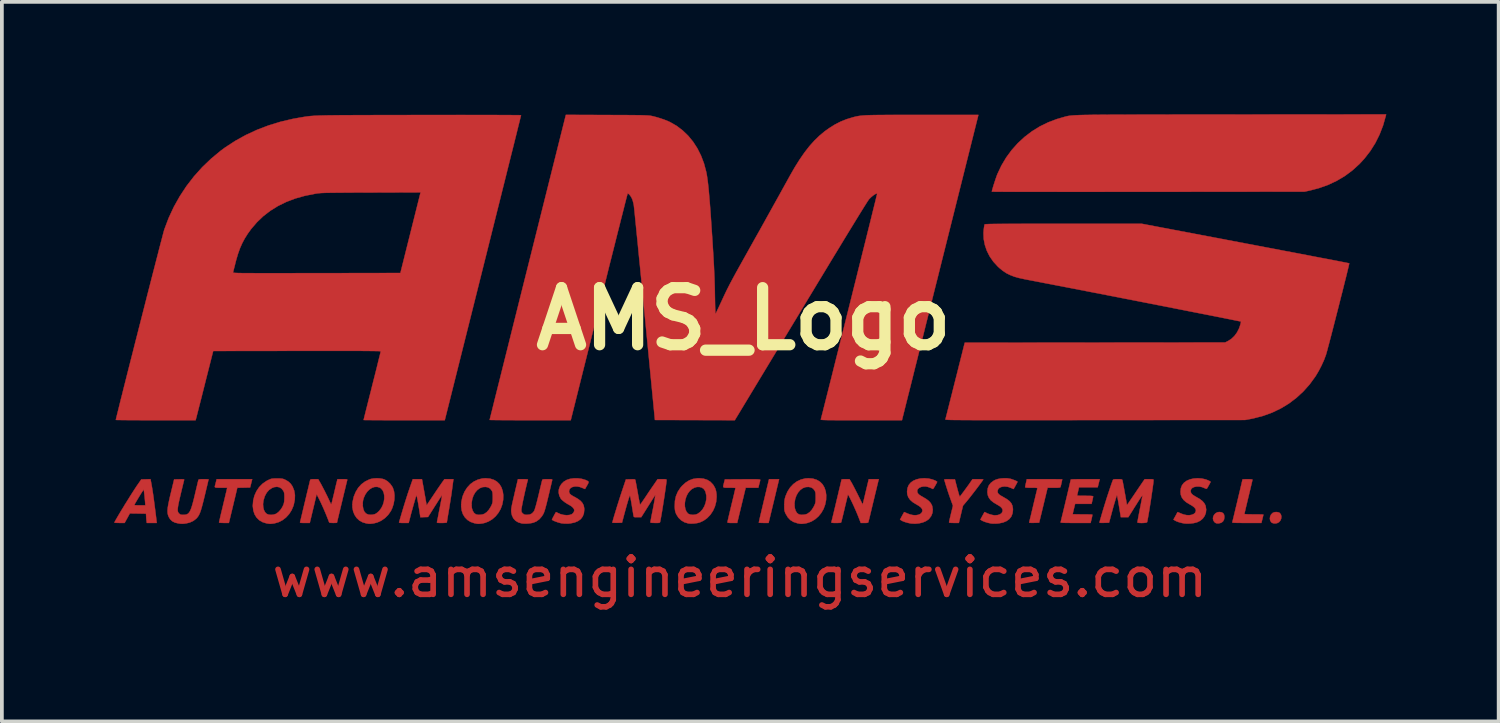
<source format=kicad_pcb>
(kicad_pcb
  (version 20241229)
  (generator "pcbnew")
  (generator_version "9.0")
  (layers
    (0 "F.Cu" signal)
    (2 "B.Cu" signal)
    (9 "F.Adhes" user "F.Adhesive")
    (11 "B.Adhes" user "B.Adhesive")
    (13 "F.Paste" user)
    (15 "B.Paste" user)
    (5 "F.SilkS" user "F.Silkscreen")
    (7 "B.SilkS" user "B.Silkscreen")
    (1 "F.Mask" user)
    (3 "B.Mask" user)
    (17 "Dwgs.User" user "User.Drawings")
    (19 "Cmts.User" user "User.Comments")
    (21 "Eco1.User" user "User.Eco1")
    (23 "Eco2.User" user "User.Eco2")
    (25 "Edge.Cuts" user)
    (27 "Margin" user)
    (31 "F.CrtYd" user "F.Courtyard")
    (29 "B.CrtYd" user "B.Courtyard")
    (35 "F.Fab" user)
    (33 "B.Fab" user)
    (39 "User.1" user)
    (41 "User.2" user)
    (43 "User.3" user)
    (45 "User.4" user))
  (footprint "AMS_Logo"
    (layer "F.Cu")
    (at 16.807 5.466)
    (property "Reference" "AMS_Logo" (at 0 0 0) (layer "F.SilkS") (effects (font (size 1.524 1.524) (thickness 0.3))))
    (attr through_hole)
    (fp_poly (pts (xy 0.808 4.864) (xy 0.667 5.448) (xy 0.537 5.448) (xy 0.483 5.447) (xy 0.439 5.445) (xy 0.412 5.442) (xy 0.406 5.439) (xy 0.409 5.425) (xy 0.417 5.389) (xy 0.429 5.333) (xy 0.446 5.26) (xy 0.467 5.172) (xy 0.491 5.071) (xy 0.517 4.961) (xy 0.542 4.855) (xy 0.679 4.28) (xy 0.948 4.28) (xy 0.808 4.864)) (stroke (width 0.01) (type solid)) (fill yes) (layer "F.Cu"))
    (fp_poly (pts (xy 12.765 5.164) (xy 12.807 5.189) (xy 12.832 5.231) (xy 12.839 5.288) (xy 12.83 5.356) (xy 12.801 5.409) (xy 12.754 5.444) (xy 12.691 5.46) (xy 12.668 5.461) (xy 12.626 5.458) (xy 12.595 5.444) (xy 12.572 5.424) (xy 12.542 5.378) (xy 12.533 5.327) (xy 12.542 5.275) (xy 12.567 5.227) (xy 12.606 5.188) (xy 12.656 5.163) (xy 12.704 5.156) (xy 12.765 5.164)) (stroke (width 0.01) (type solid)) (fill yes) (layer "F.Cu"))
    (fp_poly (pts (xy 14.289 5.167) (xy 14.317 5.182) (xy 14.347 5.221) (xy 14.361 5.271) (xy 14.357 5.326) (xy 14.338 5.379) (xy 14.303 5.422) (xy 14.295 5.429) (xy 14.247 5.454) (xy 14.192 5.463) (xy 14.139 5.457) (xy 14.096 5.436) (xy 14.091 5.431) (xy 14.062 5.386) (xy 14.053 5.332) (xy 14.061 5.275) (xy 14.085 5.224) (xy 14.125 5.183) (xy 14.134 5.178) (xy 14.182 5.16) (xy 14.238 5.157) (xy 14.289 5.167)) (stroke (width 0.01) (type solid)) (fill yes) (layer "F.Cu"))
    (fp_poly (pts (xy -13.15 4.391) (xy -13.178 4.502) (xy -13.349 4.506) (xy -13.52 4.509) (xy -13.575 4.741) (xy -13.598 4.836) (xy -13.624 4.945) (xy -13.651 5.057) (xy -13.676 5.162) (xy -13.688 5.21) (xy -13.745 5.448) (xy -13.877 5.448) (xy -13.933 5.447) (xy -13.977 5.444) (xy -14.003 5.44) (xy -14.008 5.436) (xy -14.005 5.421) (xy -13.997 5.385) (xy -13.984 5.329) (xy -13.968 5.258) (xy -13.948 5.174) (xy -13.925 5.08) (xy -13.908 5.008) (xy -13.884 4.907) (xy -13.861 4.812) (xy -13.841 4.727) (xy -13.824 4.655) (xy -13.81 4.599) (xy -13.802 4.562) (xy -13.799 4.55) (xy -13.79 4.508) (xy -13.956 4.508) (xy -14.026 4.508) (xy -14.074 4.507) (xy -14.103 4.502) (xy -14.117 4.493) (xy -14.121 4.477) (xy -14.116 4.453) (xy -14.11 4.432) (xy -14.099 4.39) (xy -14.087 4.342) (xy -14.085 4.334) (xy -14.071 4.28) (xy -13.122 4.28) (xy -13.15 4.391)) (stroke (width 0.01) (type solid)) (fill yes) (layer "F.Cu"))
    (fp_poly (pts (xy 0.284 4.282) (xy 0.347 4.283) (xy 0.392 4.285) (xy 0.422 4.288) (xy 0.439 4.291) (xy 0.444 4.295) (xy 0.444 4.296) (xy 0.441 4.318) (xy 0.434 4.352) (xy 0.433 4.356) (xy 0.421 4.398) (xy 0.409 4.446) (xy 0.407 4.455) (xy 0.393 4.508) (xy 0.056 4.508) (xy -0.171 5.448) (xy -0.301 5.448) (xy -0.363 5.448) (xy -0.403 5.445) (xy -0.425 5.44) (xy -0.432 5.432) (xy -0.432 5.431) (xy -0.429 5.415) (xy -0.421 5.378) (xy -0.408 5.321) (xy -0.391 5.248) (xy -0.371 5.163) (xy -0.348 5.067) (xy -0.324 4.966) (xy -0.299 4.864) (xy -0.276 4.769) (xy -0.256 4.685) (xy -0.24 4.615) (xy -0.227 4.561) (xy -0.219 4.526) (xy -0.216 4.514) (xy -0.228 4.512) (xy -0.26 4.51) (xy -0.309 4.509) (xy -0.369 4.509) (xy -0.381 4.508) (xy -0.451 4.509) (xy -0.5 4.507) (xy -0.529 4.501) (xy -0.543 4.487) (xy -0.544 4.462) (xy -0.535 4.424) (xy -0.523 4.375) (xy -0.5 4.286) (xy -0.028 4.283) (xy 0.099 4.282) (xy 0.202 4.282) (xy 0.284 4.282)) (stroke (width 0.01) (type solid)) (fill yes) (layer "F.Cu"))
    (fp_poly (pts (xy 6.314 4.281) (xy 6.36 4.282) (xy 6.391 4.285) (xy 6.401 4.287) (xy 6.393 4.3) (xy 6.373 4.33) (xy 6.341 4.374) (xy 6.3 4.429) (xy 6.254 4.491) (xy 6.203 4.558) (xy 6.151 4.626) (xy 6.099 4.693) (xy 6.05 4.756) (xy 6.007 4.81) (xy 5.971 4.854) (xy 5.966 4.86) (xy 5.858 4.989) (xy 5.803 5.219) (xy 5.748 5.448) (xy 5.617 5.448) (xy 5.554 5.447) (xy 5.513 5.444) (xy 5.491 5.439) (xy 5.486 5.432) (xy 5.489 5.415) (xy 5.497 5.378) (xy 5.509 5.325) (xy 5.525 5.26) (xy 5.538 5.203) (xy 5.591 4.99) (xy 5.52 4.796) (xy 5.497 4.731) (xy 5.472 4.658) (xy 5.447 4.582) (xy 5.423 4.506) (xy 5.4 4.435) (xy 5.382 4.374) (xy 5.368 4.326) (xy 5.36 4.295) (xy 5.359 4.288) (xy 5.371 4.285) (xy 5.403 4.283) (xy 5.451 4.282) (xy 5.501 4.283) (xy 5.643 4.286) (xy 5.684 4.445) (xy 5.71 4.544) (xy 5.731 4.621) (xy 5.747 4.677) (xy 5.759 4.714) (xy 5.768 4.736) (xy 5.775 4.743) (xy 5.778 4.742) (xy 5.793 4.722) (xy 5.82 4.687) (xy 5.855 4.64) (xy 5.896 4.585) (xy 5.938 4.527) (xy 5.979 4.471) (xy 6.016 4.42) (xy 6.044 4.379) (xy 6.045 4.378) (xy 6.113 4.28) (xy 6.257 4.28) (xy 6.314 4.281)) (stroke (width 0.01) (type solid)) (fill yes) (layer "F.Cu"))
    (fp_poly (pts (xy 13.515 4.281) (xy 13.559 4.284) (xy 13.584 4.289) (xy 13.589 4.292) (xy 13.586 4.307) (xy 13.578 4.344) (xy 13.565 4.399) (xy 13.548 4.471) (xy 13.528 4.556) (xy 13.505 4.652) (xy 13.481 4.752) (xy 13.456 4.855) (xy 13.434 4.95) (xy 13.413 5.034) (xy 13.397 5.105) (xy 13.384 5.16) (xy 13.376 5.196) (xy 13.373 5.21) (xy 13.385 5.213) (xy 13.419 5.215) (xy 13.47 5.218) (xy 13.536 5.219) (xy 13.611 5.22) (xy 13.627 5.22) (xy 13.704 5.22) (xy 13.772 5.221) (xy 13.827 5.222) (xy 13.864 5.224) (xy 13.881 5.226) (xy 13.881 5.227) (xy 13.878 5.241) (xy 13.87 5.274) (xy 13.859 5.32) (xy 13.854 5.341) (xy 13.827 5.448) (xy 13.435 5.448) (xy 13.321 5.448) (xy 13.23 5.447) (xy 13.16 5.446) (xy 13.109 5.444) (xy 13.075 5.442) (xy 13.056 5.438) (xy 13.049 5.434) (xy 13.049 5.432) (xy 13.053 5.417) (xy 13.062 5.38) (xy 13.076 5.325) (xy 13.093 5.254) (xy 13.113 5.171) (xy 13.135 5.078) (xy 13.159 4.979) (xy 13.184 4.876) (xy 13.208 4.773) (xy 13.232 4.672) (xy 13.255 4.577) (xy 13.275 4.491) (xy 13.293 4.416) (xy 13.307 4.355) (xy 13.317 4.312) (xy 13.322 4.289) (xy 13.322 4.287) (xy 13.334 4.284) (xy 13.366 4.282) (xy 13.413 4.28) (xy 13.456 4.28) (xy 13.515 4.281)) (stroke (width 0.01) (type solid)) (fill yes) (layer "F.Cu"))
    (fp_poly (pts (xy 8.143 4.28) (xy 8.241 4.28) (xy 8.328 4.281) (xy 8.401 4.282) (xy 8.458 4.283) (xy 8.494 4.284) (xy 8.509 4.285) (xy 8.509 4.285) (xy 8.506 4.3) (xy 8.499 4.333) (xy 8.49 4.374) (xy 8.48 4.419) (xy 8.471 4.457) (xy 8.464 4.483) (xy 8.463 4.486) (xy 8.458 4.495) (xy 8.446 4.502) (xy 8.423 4.505) (xy 8.385 4.508) (xy 8.328 4.508) (xy 8.287 4.508) (xy 8.118 4.508) (xy 8.045 4.81) (xy 8.022 4.906) (xy 7.998 5.005) (xy 7.975 5.1) (xy 7.955 5.186) (xy 7.937 5.256) (xy 7.932 5.277) (xy 7.892 5.442) (xy 7.756 5.446) (xy 7.694 5.447) (xy 7.654 5.445) (xy 7.632 5.442) (xy 7.626 5.435) (xy 7.626 5.433) (xy 7.63 5.417) (xy 7.639 5.379) (xy 7.653 5.323) (xy 7.671 5.251) (xy 7.691 5.166) (xy 7.714 5.07) (xy 7.734 4.985) (xy 7.758 4.883) (xy 7.781 4.789) (xy 7.801 4.704) (xy 7.818 4.634) (xy 7.832 4.579) (xy 7.84 4.543) (xy 7.844 4.531) (xy 7.844 4.522) (xy 7.838 4.515) (xy 7.82 4.512) (xy 7.787 4.509) (xy 7.736 4.509) (xy 7.684 4.508) (xy 7.612 4.508) (xy 7.563 4.506) (xy 7.533 4.502) (xy 7.52 4.496) (xy 7.518 4.493) (xy 7.521 4.473) (xy 7.528 4.436) (xy 7.538 4.389) (xy 7.541 4.378) (xy 7.563 4.28) (xy 8.036 4.28) (xy 8.143 4.28)) (stroke (width 0.01) (type solid)) (fill yes) (layer "F.Cu"))
    (fp_poly (pts (xy -15.825 4.346) (xy -15.81 4.428) (xy -15.793 4.524) (xy -15.776 4.635) (xy -15.757 4.764) (xy -15.738 4.911) (xy -15.716 5.079) (xy -15.692 5.27) (xy -15.678 5.388) (xy -15.671 5.448) (xy -15.937 5.448) (xy -15.944 5.394) (xy -15.949 5.349) (xy -15.953 5.294) (xy -15.954 5.271) (xy -15.958 5.201) (xy -16.174 5.197) (xy -16.39 5.194) (xy -16.459 5.321) (xy -16.529 5.448) (xy -16.666 5.448) (xy -16.721 5.447) (xy -16.766 5.445) (xy -16.794 5.442) (xy -16.802 5.439) (xy -16.796 5.423) (xy -16.777 5.387) (xy -16.748 5.336) (xy -16.71 5.271) (xy -16.665 5.194) (xy -16.614 5.11) (xy -16.558 5.019) (xy -16.529 4.97) (xy -16.269 4.97) (xy -16.257 4.974) (xy -16.225 4.976) (xy -16.177 4.978) (xy -16.122 4.978) (xy -15.976 4.978) (xy -15.983 4.88) (xy -15.989 4.815) (xy -15.996 4.741) (xy -16.003 4.68) (xy -16.009 4.63) (xy -16.013 4.588) (xy -16.015 4.563) (xy -16.015 4.56) (xy -16.021 4.563) (xy -16.038 4.584) (xy -16.063 4.62) (xy -16.094 4.668) (xy -16.101 4.68) (xy -16.153 4.765) (xy -16.197 4.839) (xy -16.232 4.898) (xy -16.256 4.941) (xy -16.268 4.966) (xy -16.269 4.97) (xy -16.529 4.97) (xy -16.501 4.925) (xy -16.442 4.831) (xy -16.385 4.739) (xy -16.329 4.651) (xy -16.277 4.57) (xy -16.231 4.499) (xy -16.192 4.441) (xy -16.177 4.42) (xy -16.084 4.286) (xy -15.961 4.283) (xy -15.839 4.279) (xy -15.825 4.346)) (stroke (width 0.01) (type solid)) (fill yes) (layer "F.Cu"))
    (fp_poly (pts (xy -1.074 4.265) (xy -0.974 4.296) (xy -0.889 4.348) (xy -0.819 4.42) (xy -0.8 4.447) (xy -0.76 4.52) (xy -0.736 4.595) (xy -0.723 4.682) (xy -0.721 4.756) (xy -0.733 4.886) (xy -0.766 5.011) (xy -0.818 5.126) (xy -0.887 5.229) (xy -0.971 5.317) (xy -1.068 5.387) (xy -1.17 5.435) (xy -1.244 5.453) (xy -1.329 5.464) (xy -1.413 5.467) (xy -1.478 5.461) (xy -1.578 5.431) (xy -1.666 5.379) (xy -1.74 5.308) (xy -1.797 5.218) (xy -1.801 5.209) (xy -1.817 5.169) (xy -1.828 5.13) (xy -1.835 5.083) (xy -1.839 5.02) (xy -1.839 5.004) (xy -1.836 4.923) (xy -1.57 4.923) (xy -1.568 5.008) (xy -1.553 5.085) (xy -1.525 5.149) (xy -1.486 5.196) (xy -1.471 5.207) (xy -1.419 5.226) (xy -1.354 5.233) (xy -1.288 5.226) (xy -1.232 5.207) (xy -1.159 5.156) (xy -1.097 5.087) (xy -1.048 5.003) (xy -1.014 4.911) (xy -0.995 4.815) (xy -0.995 4.719) (xy -1.014 4.629) (xy -1.03 4.589) (xy -1.068 4.537) (xy -1.119 4.503) (xy -1.181 4.487) (xy -1.248 4.488) (xy -1.316 4.508) (xy -1.383 4.545) (xy -1.438 4.595) (xy -1.49 4.663) (xy -1.527 4.738) (xy -1.556 4.829) (xy -1.557 4.835) (xy -1.57 4.923) (xy -1.836 4.923) (xy -1.834 4.863) (xy -1.807 4.734) (xy -1.758 4.617) (xy -1.687 4.509) (xy -1.643 4.458) (xy -1.55 4.373) (xy -1.453 4.312) (xy -1.349 4.273) (xy -1.234 4.256) (xy -1.187 4.255) (xy -1.074 4.265)) (stroke (width 0.01) (type solid)) (fill yes) (layer "F.Cu"))
    (fp_poly (pts (xy -9.716 4.259) (xy -9.64 4.272) (xy -9.586 4.289) (xy -9.509 4.336) (xy -9.439 4.401) (xy -9.384 4.477) (xy -9.365 4.512) (xy -9.335 4.606) (xy -9.322 4.712) (xy -9.326 4.825) (xy -9.346 4.94) (xy -9.382 5.051) (xy -9.419 5.129) (xy -9.489 5.23) (xy -9.575 5.316) (xy -9.674 5.386) (xy -9.782 5.436) (xy -9.881 5.461) (xy -9.935 5.468) (xy -9.975 5.471) (xy -10.012 5.47) (xy -10.057 5.463) (xy -10.073 5.461) (xy -10.173 5.432) (xy -10.261 5.383) (xy -10.333 5.316) (xy -10.389 5.233) (xy -10.427 5.138) (xy -10.447 5.031) (xy -10.446 4.953) (xy -10.171 4.953) (xy -10.17 4.991) (xy -10.155 5.08) (xy -10.126 5.149) (xy -10.083 5.197) (xy -10.024 5.224) (xy -9.958 5.232) (xy -9.901 5.227) (xy -9.848 5.213) (xy -9.836 5.209) (xy -9.799 5.186) (xy -9.758 5.152) (xy -9.73 5.125) (xy -9.676 5.053) (xy -9.635 4.972) (xy -9.608 4.887) (xy -9.595 4.801) (xy -9.596 4.718) (xy -9.61 4.642) (xy -9.639 4.577) (xy -9.683 4.527) (xy -9.716 4.505) (xy -9.783 4.485) (xy -9.853 4.487) (xy -9.922 4.51) (xy -9.988 4.552) (xy -10.048 4.61) (xy -10.1 4.684) (xy -10.14 4.771) (xy -10.16 4.837) (xy -10.168 4.89) (xy -10.171 4.953) (xy -10.446 4.953) (xy -10.445 4.915) (xy -10.441 4.884) (xy -10.41 4.746) (xy -10.359 4.621) (xy -10.292 4.511) (xy -10.208 4.417) (xy -10.109 4.343) (xy -9.997 4.288) (xy -9.952 4.273) (xy -9.881 4.26) (xy -9.799 4.255) (xy -9.716 4.259)) (stroke (width 0.01) (type solid)) (fill yes) (layer "F.Cu"))
    (fp_poly (pts (xy -6.773 4.265) (xy -6.672 4.296) (xy -6.586 4.347) (xy -6.516 4.416) (xy -6.464 4.504) (xy -6.431 4.607) (xy -6.417 4.705) (xy -6.421 4.834) (xy -6.445 4.958) (xy -6.488 5.075) (xy -6.549 5.181) (xy -6.625 5.274) (xy -6.715 5.352) (xy -6.816 5.412) (xy -6.926 5.451) (xy -6.972 5.461) (xy -7.033 5.469) (xy -7.079 5.472) (xy -7.122 5.469) (xy -7.173 5.459) (xy -7.188 5.456) (xy -7.289 5.422) (xy -7.374 5.369) (xy -7.443 5.299) (xy -7.495 5.215) (xy -7.528 5.117) (xy -7.542 5.008) (xy -7.54 4.961) (xy -7.264 4.961) (xy -7.257 5.049) (xy -7.234 5.123) (xy -7.199 5.18) (xy -7.152 5.217) (xy -7.144 5.22) (xy -7.097 5.23) (xy -7.038 5.231) (xy -6.978 5.223) (xy -6.927 5.207) (xy -6.926 5.206) (xy -6.86 5.161) (xy -6.799 5.093) (xy -6.746 5.006) (xy -6.739 4.993) (xy -6.721 4.953) (xy -6.71 4.92) (xy -6.703 4.886) (xy -6.7 4.843) (xy -6.699 4.784) (xy -6.699 4.769) (xy -6.7 4.703) (xy -6.703 4.657) (xy -6.708 4.624) (xy -6.718 4.599) (xy -6.725 4.586) (xy -6.767 4.532) (xy -6.82 4.5) (xy -6.886 4.486) (xy -6.966 4.491) (xy -7.041 4.519) (xy -7.108 4.567) (xy -7.166 4.633) (xy -7.212 4.713) (xy -7.245 4.806) (xy -7.262 4.909) (xy -7.264 4.961) (xy -7.54 4.961) (xy -7.537 4.89) (xy -7.511 4.764) (xy -7.502 4.733) (xy -7.451 4.611) (xy -7.382 4.504) (xy -7.299 4.413) (xy -7.202 4.342) (xy -7.094 4.291) (xy -6.978 4.261) (xy -6.889 4.255) (xy -6.773 4.265)) (stroke (width 0.01) (type solid)) (fill yes) (layer "F.Cu"))
    (fp_poly (pts (xy 4.937 4.263) (xy 5.042 4.287) (xy 5.121 4.319) (xy 5.15 4.336) (xy 5.167 4.348) (xy 5.169 4.351) (xy 5.163 4.367) (xy 5.148 4.396) (xy 5.127 4.434) (xy 5.104 4.474) (xy 5.082 4.509) (xy 5.065 4.534) (xy 5.056 4.543) (xy 5.056 4.543) (xy 4.986 4.51) (xy 4.917 4.485) (xy 4.867 4.475) (xy 4.801 4.474) (xy 4.74 4.487) (xy 4.689 4.511) (xy 4.653 4.543) (xy 4.636 4.582) (xy 4.636 4.591) (xy 4.64 4.63) (xy 4.658 4.664) (xy 4.69 4.696) (xy 4.741 4.73) (xy 4.789 4.757) (xy 4.88 4.811) (xy 4.949 4.864) (xy 4.998 4.92) (xy 5.03 4.98) (xy 5.037 5) (xy 5.052 5.093) (xy 5.042 5.182) (xy 5.009 5.265) (xy 4.953 5.338) (xy 4.938 5.353) (xy 4.869 5.4) (xy 4.783 5.436) (xy 4.686 5.459) (xy 4.582 5.469) (xy 4.479 5.464) (xy 4.464 5.462) (xy 4.386 5.446) (xy 4.312 5.425) (xy 4.249 5.401) (xy 4.219 5.385) (xy 4.177 5.359) (xy 4.23 5.261) (xy 4.255 5.217) (xy 4.274 5.182) (xy 4.285 5.162) (xy 4.286 5.159) (xy 4.298 5.162) (xy 4.327 5.174) (xy 4.367 5.192) (xy 4.373 5.195) (xy 4.452 5.224) (xy 4.529 5.24) (xy 4.601 5.242) (xy 4.666 5.231) (xy 4.718 5.209) (xy 4.755 5.176) (xy 4.774 5.132) (xy 4.775 5.115) (xy 4.765 5.074) (xy 4.733 5.033) (xy 4.678 4.991) (xy 4.613 4.953) (xy 4.517 4.894) (xy 4.446 4.831) (xy 4.397 4.761) (xy 4.371 4.683) (xy 4.365 4.61) (xy 4.377 4.516) (xy 4.409 4.437) (xy 4.463 4.371) (xy 4.529 4.323) (xy 4.616 4.285) (xy 4.718 4.262) (xy 4.827 4.255) (xy 4.937 4.263)) (stroke (width 0.01) (type solid)) (fill yes) (layer "F.Cu"))
    (fp_poly (pts (xy -12.393 4.261) (xy -12.345 4.264) (xy -12.309 4.269) (xy -12.278 4.279) (xy -12.244 4.293) (xy -12.242 4.294) (xy -12.159 4.342) (xy -12.096 4.4) (xy -12.045 4.475) (xy -12.043 4.479) (xy -12.001 4.586) (xy -11.981 4.702) (xy -11.985 4.827) (xy -12.012 4.96) (xy -12.021 4.992) (xy -12.07 5.107) (xy -12.137 5.212) (xy -12.219 5.302) (xy -12.314 5.375) (xy -12.418 5.428) (xy -12.529 5.46) (xy -12.535 5.461) (xy -12.596 5.469) (xy -12.643 5.472) (xy -12.687 5.468) (xy -12.738 5.46) (xy -12.843 5.428) (xy -12.932 5.377) (xy -13.003 5.308) (xy -13.057 5.222) (xy -13.091 5.121) (xy -13.106 5.006) (xy -13.106 4.979) (xy -13.103 4.943) (xy -12.833 4.943) (xy -12.828 5.027) (xy -12.81 5.102) (xy -12.778 5.163) (xy -12.735 5.206) (xy -12.734 5.206) (xy -12.682 5.227) (xy -12.618 5.233) (xy -12.551 5.226) (xy -12.489 5.206) (xy -12.483 5.203) (xy -12.426 5.162) (xy -12.371 5.104) (xy -12.323 5.034) (xy -12.292 4.97) (xy -12.277 4.926) (xy -12.268 4.882) (xy -12.264 4.829) (xy -12.262 4.769) (xy -12.263 4.708) (xy -12.266 4.665) (xy -12.272 4.633) (xy -12.283 4.606) (xy -12.294 4.586) (xy -12.338 4.531) (xy -12.395 4.496) (xy -12.462 4.483) (xy -12.535 4.492) (xy -12.595 4.516) (xy -12.672 4.568) (xy -12.736 4.641) (xy -12.786 4.734) (xy -12.82 4.845) (xy -12.822 4.854) (xy -12.833 4.943) (xy -13.103 4.943) (xy -13.095 4.845) (xy -13.062 4.718) (xy -13.008 4.599) (xy -12.937 4.493) (xy -12.848 4.402) (xy -12.745 4.33) (xy -12.704 4.308) (xy -12.66 4.288) (xy -12.626 4.274) (xy -12.593 4.266) (xy -12.555 4.262) (xy -12.505 4.261) (xy -12.459 4.261) (xy -12.393 4.261)) (stroke (width 0.01) (type solid)) (fill yes) (layer "F.Cu"))
    (fp_poly (pts (xy 1.85 4.265) (xy 1.951 4.296) (xy 2.037 4.347) (xy 2.107 4.416) (xy 2.159 4.504) (xy 2.193 4.607) (xy 2.206 4.705) (xy 2.203 4.834) (xy 2.178 4.958) (xy 2.135 5.075) (xy 2.074 5.181) (xy 1.998 5.274) (xy 1.908 5.352) (xy 1.808 5.412) (xy 1.697 5.451) (xy 1.651 5.461) (xy 1.59 5.469) (xy 1.544 5.472) (xy 1.501 5.469) (xy 1.451 5.459) (xy 1.435 5.456) (xy 1.334 5.423) (xy 1.249 5.371) (xy 1.181 5.3) (xy 1.126 5.208) (xy 1.125 5.208) (xy 1.108 5.17) (xy 1.097 5.138) (xy 1.09 5.106) (xy 1.087 5.065) (xy 1.086 5.009) (xy 1.087 4.978) (xy 1.087 4.961) (xy 1.359 4.961) (xy 1.367 5.049) (xy 1.389 5.123) (xy 1.424 5.18) (xy 1.472 5.217) (xy 1.48 5.22) (xy 1.526 5.23) (xy 1.585 5.231) (xy 1.645 5.223) (xy 1.696 5.207) (xy 1.697 5.206) (xy 1.764 5.161) (xy 1.825 5.093) (xy 1.878 5.006) (xy 1.884 4.993) (xy 1.902 4.953) (xy 1.914 4.92) (xy 1.92 4.886) (xy 1.923 4.843) (xy 1.924 4.784) (xy 1.924 4.769) (xy 1.923 4.703) (xy 1.921 4.657) (xy 1.915 4.624) (xy 1.905 4.599) (xy 1.899 4.586) (xy 1.856 4.532) (xy 1.803 4.5) (xy 1.737 4.486) (xy 1.657 4.491) (xy 1.582 4.519) (xy 1.515 4.567) (xy 1.457 4.633) (xy 1.411 4.713) (xy 1.378 4.806) (xy 1.361 4.909) (xy 1.359 4.961) (xy 1.087 4.961) (xy 1.088 4.907) (xy 1.092 4.851) (xy 1.1 4.804) (xy 1.113 4.756) (xy 1.12 4.733) (xy 1.173 4.609) (xy 1.243 4.501) (xy 1.328 4.411) (xy 1.425 4.339) (xy 1.533 4.289) (xy 1.65 4.26) (xy 1.734 4.255) (xy 1.85 4.265)) (stroke (width 0.01) (type solid)) (fill yes) (layer "F.Cu"))
    (fp_poly (pts (xy 12.239 4.263) (xy 12.344 4.287) (xy 12.423 4.319) (xy 12.453 4.336) (xy 12.47 4.348) (xy 12.471 4.351) (xy 12.466 4.364) (xy 12.451 4.393) (xy 12.43 4.431) (xy 12.408 4.47) (xy 12.388 4.506) (xy 12.373 4.53) (xy 12.36 4.537) (xy 12.335 4.531) (xy 12.303 4.516) (xy 12.234 4.489) (xy 12.164 4.476) (xy 12.097 4.476) (xy 12.037 4.488) (xy 11.987 4.51) (xy 11.953 4.543) (xy 11.938 4.586) (xy 11.938 4.593) (xy 11.943 4.631) (xy 11.961 4.665) (xy 11.995 4.698) (xy 12.047 4.732) (xy 12.091 4.757) (xy 12.183 4.811) (xy 12.252 4.864) (xy 12.301 4.92) (xy 12.333 4.98) (xy 12.339 5) (xy 12.353 5.091) (xy 12.344 5.178) (xy 12.313 5.26) (xy 12.263 5.331) (xy 12.194 5.389) (xy 12.111 5.43) (xy 12.098 5.434) (xy 12.02 5.453) (xy 11.931 5.464) (xy 11.843 5.467) (xy 11.767 5.462) (xy 11.766 5.462) (xy 11.689 5.446) (xy 11.614 5.425) (xy 11.551 5.401) (xy 11.521 5.385) (xy 11.479 5.359) (xy 11.533 5.261) (xy 11.557 5.217) (xy 11.576 5.182) (xy 11.587 5.162) (xy 11.589 5.159) (xy 11.601 5.162) (xy 11.629 5.174) (xy 11.669 5.192) (xy 11.676 5.195) (xy 11.754 5.224) (xy 11.831 5.24) (xy 11.904 5.242) (xy 11.968 5.231) (xy 12.021 5.209) (xy 12.058 5.176) (xy 12.076 5.132) (xy 12.078 5.115) (xy 12.067 5.074) (xy 12.035 5.033) (xy 11.981 4.991) (xy 11.915 4.953) (xy 11.821 4.896) (xy 11.751 4.836) (xy 11.703 4.77) (xy 11.675 4.698) (xy 11.667 4.616) (xy 11.677 4.522) (xy 11.707 4.443) (xy 11.758 4.377) (xy 11.831 4.323) (xy 11.919 4.285) (xy 12.02 4.262) (xy 12.129 4.255) (xy 12.239 4.263)) (stroke (width 0.01) (type solid)) (fill yes) (layer "F.Cu"))
    (fp_poly (pts (xy 9.483 4.388) (xy 9.456 4.496) (xy 8.956 4.496) (xy 8.934 4.594) (xy 8.923 4.642) (xy 8.913 4.682) (xy 8.907 4.706) (xy 8.906 4.708) (xy 8.909 4.714) (xy 8.925 4.719) (xy 8.957 4.722) (xy 9.007 4.724) (xy 9.078 4.724) (xy 9.117 4.724) (xy 9.201 4.725) (xy 9.262 4.726) (xy 9.302 4.729) (xy 9.326 4.733) (xy 9.334 4.739) (xy 9.335 4.74) (xy 9.332 4.76) (xy 9.325 4.796) (xy 9.315 4.843) (xy 9.313 4.848) (xy 9.292 4.94) (xy 8.853 4.94) (xy 8.84 4.988) (xy 8.832 5.023) (xy 8.821 5.068) (xy 8.809 5.116) (xy 8.799 5.161) (xy 8.792 5.196) (xy 8.788 5.214) (xy 8.788 5.214) (xy 8.8 5.216) (xy 8.834 5.217) (xy 8.886 5.218) (xy 8.951 5.219) (xy 9.027 5.22) (xy 9.047 5.22) (xy 9.125 5.22) (xy 9.195 5.221) (xy 9.251 5.222) (xy 9.291 5.224) (xy 9.31 5.226) (xy 9.312 5.226) (xy 9.312 5.241) (xy 9.307 5.274) (xy 9.297 5.32) (xy 9.292 5.341) (xy 9.266 5.448) (xy 8.862 5.448) (xy 8.746 5.448) (xy 8.653 5.447) (xy 8.582 5.446) (xy 8.529 5.444) (xy 8.494 5.442) (xy 8.473 5.439) (xy 8.465 5.434) (xy 8.465 5.432) (xy 8.469 5.417) (xy 8.478 5.38) (xy 8.491 5.324) (xy 8.508 5.254) (xy 8.529 5.17) (xy 8.551 5.077) (xy 8.575 4.978) (xy 8.599 4.876) (xy 8.624 4.772) (xy 8.648 4.672) (xy 8.67 4.577) (xy 8.691 4.49) (xy 8.708 4.415) (xy 8.722 4.355) (xy 8.732 4.312) (xy 8.737 4.29) (xy 8.738 4.287) (xy 8.75 4.286) (xy 8.784 4.284) (xy 8.838 4.282) (xy 8.908 4.281) (xy 8.991 4.28) (xy 9.084 4.28) (xy 9.123 4.28) (xy 9.509 4.28) (xy 9.483 4.388)) (stroke (width 0.01) (type solid)) (fill yes) (layer "F.Cu"))
    (fp_poly (pts (xy -4.323 4.271) (xy -4.229 4.298) (xy -4.212 4.305) (xy -4.17 4.325) (xy -4.146 4.34) (xy -4.139 4.359) (xy -4.147 4.385) (xy -4.168 4.426) (xy -4.179 4.446) (xy -4.204 4.489) (xy -4.223 4.522) (xy -4.233 4.541) (xy -4.234 4.543) (xy -4.246 4.539) (xy -4.274 4.527) (xy -4.301 4.515) (xy -4.376 4.487) (xy -4.449 4.474) (xy -4.517 4.476) (xy -4.576 4.491) (xy -4.622 4.518) (xy -4.651 4.557) (xy -4.661 4.603) (xy -4.656 4.638) (xy -4.64 4.669) (xy -4.609 4.698) (xy -4.56 4.73) (xy -4.518 4.752) (xy -4.424 4.806) (xy -4.353 4.86) (xy -4.303 4.917) (xy -4.271 4.98) (xy -4.257 5.051) (xy -4.255 5.095) (xy -4.265 5.193) (xy -4.297 5.276) (xy -4.348 5.345) (xy -4.421 5.398) (xy -4.513 5.437) (xy -4.626 5.46) (xy -4.681 5.466) (xy -4.768 5.467) (xy -4.854 5.459) (xy -4.872 5.456) (xy -4.92 5.444) (xy -4.973 5.428) (xy -5.024 5.409) (xy -5.07 5.391) (xy -5.103 5.373) (xy -5.118 5.361) (xy -5.118 5.359) (xy -5.112 5.345) (xy -5.098 5.316) (xy -5.077 5.278) (xy -5.055 5.236) (xy -5.034 5.198) (xy -5.017 5.17) (xy -5.01 5.159) (xy -4.998 5.162) (xy -4.973 5.175) (xy -4.964 5.18) (xy -4.89 5.213) (xy -4.809 5.234) (xy -4.726 5.242) (xy -4.651 5.236) (xy -4.589 5.216) (xy -4.551 5.183) (xy -4.526 5.138) (xy -4.521 5.106) (xy -4.532 5.074) (xy -4.559 5.038) (xy -4.598 5.003) (xy -4.64 4.977) (xy -4.706 4.94) (xy -4.771 4.898) (xy -4.826 4.855) (xy -4.868 4.816) (xy -4.879 4.803) (xy -4.92 4.725) (xy -4.938 4.643) (xy -4.935 4.561) (xy -4.91 4.482) (xy -4.866 4.41) (xy -4.803 4.347) (xy -4.723 4.299) (xy -4.722 4.299) (xy -4.635 4.271) (xy -4.534 4.257) (xy -4.427 4.257) (xy -4.323 4.271)) (stroke (width 0.01) (type solid)) (fill yes) (layer "F.Cu"))
    (fp_poly (pts (xy 7.038 4.256) (xy 7.11 4.267) (xy 7.114 4.267) (xy 7.157 4.279) (xy 7.204 4.296) (xy 7.249 4.313) (xy 7.287 4.33) (xy 7.31 4.344) (xy 7.315 4.349) (xy 7.309 4.362) (xy 7.295 4.391) (xy 7.274 4.428) (xy 7.252 4.469) (xy 7.231 4.506) (xy 7.216 4.533) (xy 7.209 4.543) (xy 7.197 4.539) (xy 7.17 4.527) (xy 7.147 4.516) (xy 7.059 4.484) (xy 6.968 4.474) (xy 6.896 4.483) (xy 6.837 4.507) (xy 6.799 4.543) (xy 6.782 4.593) (xy 6.782 4.606) (xy 6.786 4.637) (xy 6.801 4.665) (xy 6.829 4.692) (xy 6.874 4.723) (xy 6.939 4.76) (xy 6.945 4.763) (xy 7.035 4.816) (xy 7.103 4.869) (xy 7.15 4.925) (xy 7.178 4.988) (xy 7.191 5.06) (xy 7.193 5.1) (xy 7.181 5.195) (xy 7.149 5.277) (xy 7.095 5.345) (xy 7.022 5.398) (xy 6.929 5.437) (xy 6.817 5.46) (xy 6.762 5.465) (xy 6.704 5.467) (xy 6.647 5.466) (xy 6.604 5.462) (xy 6.602 5.461) (xy 6.522 5.444) (xy 6.448 5.421) (xy 6.387 5.397) (xy 6.365 5.385) (xy 6.323 5.359) (xy 6.376 5.261) (xy 6.401 5.216) (xy 6.42 5.181) (xy 6.432 5.161) (xy 6.434 5.158) (xy 6.446 5.16) (xy 6.469 5.173) (xy 6.514 5.196) (xy 6.573 5.217) (xy 6.635 5.234) (xy 6.69 5.244) (xy 6.708 5.245) (xy 6.789 5.238) (xy 6.851 5.216) (xy 6.894 5.182) (xy 6.916 5.135) (xy 6.917 5.13) (xy 6.914 5.087) (xy 6.891 5.046) (xy 6.846 5.005) (xy 6.777 4.963) (xy 6.768 4.958) (xy 6.673 4.901) (xy 6.601 4.843) (xy 6.552 4.78) (xy 6.522 4.71) (xy 6.51 4.631) (xy 6.51 4.616) (xy 6.52 4.524) (xy 6.55 4.445) (xy 6.603 4.378) (xy 6.677 4.322) (xy 6.73 4.295) (xy 6.792 4.275) (xy 6.869 4.261) (xy 6.954 4.255) (xy 7.038 4.256)) (stroke (width 0.01) (type solid)) (fill yes) (layer "F.Cu"))
    (fp_poly (pts (xy 17.15 -5.426) (xy 17.077 -5.168) (xy 16.983 -4.925) (xy 16.869 -4.696) (xy 16.734 -4.482) (xy 16.578 -4.281) (xy 16.447 -4.139) (xy 16.259 -3.968) (xy 16.058 -3.818) (xy 15.841 -3.689) (xy 15.61 -3.58) (xy 15.365 -3.493) (xy 15.138 -3.433) (xy 14.98 -3.398) (xy 10.805 -3.394) (xy 10.48 -3.394) (xy 10.163 -3.394) (xy 9.853 -3.394) (xy 9.552 -3.393) (xy 9.26 -3.393) (xy 8.978 -3.393) (xy 8.707 -3.393) (xy 8.449 -3.393) (xy 8.204 -3.394) (xy 7.973 -3.394) (xy 7.757 -3.394) (xy 7.557 -3.394) (xy 7.374 -3.394) (xy 7.208 -3.395) (xy 7.062 -3.395) (xy 6.935 -3.395) (xy 6.829 -3.396) (xy 6.744 -3.396) (xy 6.682 -3.397) (xy 6.644 -3.397) (xy 6.629 -3.398) (xy 6.629 -3.398) (xy 6.633 -3.421) (xy 6.644 -3.463) (xy 6.66 -3.519) (xy 6.68 -3.585) (xy 6.703 -3.655) (xy 6.726 -3.725) (xy 6.748 -3.789) (xy 6.768 -3.844) (xy 6.777 -3.867) (xy 6.884 -4.094) (xy 7.011 -4.308) (xy 7.158 -4.508) (xy 7.323 -4.693) (xy 7.504 -4.86) (xy 7.701 -5.01) (xy 7.911 -5.14) (xy 8.134 -5.249) (xy 8.367 -5.337) (xy 8.485 -5.371) (xy 8.513 -5.379) (xy 8.538 -5.386) (xy 8.561 -5.393) (xy 8.583 -5.399) (xy 8.604 -5.405) (xy 8.625 -5.41) (xy 8.648 -5.415) (xy 8.673 -5.42) (xy 8.701 -5.424) (xy 8.732 -5.428) (xy 8.769 -5.431) (xy 8.811 -5.435) (xy 8.859 -5.438) (xy 8.914 -5.44) (xy 8.977 -5.443) (xy 9.05 -5.445) (xy 9.132 -5.447) (xy 9.224 -5.448) (xy 9.328 -5.45) (xy 9.445 -5.451) (xy 9.574 -5.452) (xy 9.718 -5.453) (xy 9.876 -5.454) (xy 10.05 -5.454) (xy 10.241 -5.455) (xy 10.449 -5.455) (xy 10.675 -5.456) (xy 10.92 -5.456) (xy 11.185 -5.456) (xy 11.471 -5.457) (xy 11.779 -5.457) (xy 12.109 -5.457) (xy 12.462 -5.457) (xy 12.84 -5.458) (xy 13.015 -5.458) (xy 17.158 -5.461) (xy 17.15 -5.426)) (stroke (width 0.01) (type solid)) (fill yes) (layer "F.Cu"))
    (fp_poly (pts (xy -14.365 4.28) (xy -14.322 4.282) (xy -14.294 4.284) (xy -14.287 4.286) (xy -14.29 4.299) (xy -14.299 4.334) (xy -14.311 4.388) (xy -14.328 4.458) (xy -14.348 4.541) (xy -14.37 4.635) (xy -14.388 4.709) (xy -14.42 4.841) (xy -14.448 4.95) (xy -14.472 5.04) (xy -14.494 5.113) (xy -14.515 5.172) (xy -14.536 5.22) (xy -14.557 5.259) (xy -14.58 5.292) (xy -14.606 5.322) (xy -14.619 5.336) (xy -14.695 5.394) (xy -14.789 5.437) (xy -14.884 5.46) (xy -14.942 5.468) (xy -14.988 5.471) (xy -15.034 5.469) (xy -15.092 5.461) (xy -15.094 5.461) (xy -15.186 5.439) (xy -15.258 5.402) (xy -15.313 5.35) (xy -15.351 5.287) (xy -15.367 5.247) (xy -15.378 5.205) (xy -15.383 5.158) (xy -15.383 5.104) (xy -15.377 5.039) (xy -15.364 4.961) (xy -15.345 4.867) (xy -15.32 4.753) (xy -15.293 4.642) (xy -15.207 4.286) (xy -15.07 4.283) (xy -15.01 4.281) (xy -14.971 4.282) (xy -14.949 4.284) (xy -14.94 4.29) (xy -14.939 4.299) (xy -14.94 4.302) (xy -14.945 4.32) (xy -14.955 4.359) (xy -14.969 4.416) (xy -14.986 4.488) (xy -15.006 4.57) (xy -15.028 4.661) (xy -15.03 4.671) (xy -15.059 4.792) (xy -15.081 4.891) (xy -15.097 4.971) (xy -15.107 5.034) (xy -15.112 5.084) (xy -15.111 5.122) (xy -15.105 5.151) (xy -15.094 5.174) (xy -15.078 5.193) (xy -15.076 5.195) (xy -15.051 5.217) (xy -15.026 5.228) (xy -14.99 5.232) (xy -14.963 5.232) (xy -14.919 5.23) (xy -14.88 5.223) (xy -14.847 5.208) (xy -14.818 5.183) (xy -14.791 5.146) (xy -14.766 5.096) (xy -14.741 5.029) (xy -14.716 4.944) (xy -14.688 4.839) (xy -14.657 4.712) (xy -14.65 4.68) (xy -14.628 4.588) (xy -14.608 4.503) (xy -14.59 4.429) (xy -14.576 4.368) (xy -14.565 4.326) (xy -14.56 4.304) (xy -14.559 4.302) (xy -14.553 4.292) (xy -14.539 4.286) (xy -14.513 4.282) (xy -14.469 4.28) (xy -14.42 4.28) (xy -14.365 4.28)) (stroke (width 0.01) (type solid)) (fill yes) (layer "F.Cu"))
    (fp_poly (pts (xy -5.179 4.28) (xy -5.141 4.281) (xy -5.119 4.285) (xy -5.111 4.291) (xy -5.11 4.301) (xy -5.112 4.308) (xy -5.151 4.474) (xy -5.185 4.617) (xy -5.214 4.739) (xy -5.239 4.842) (xy -5.26 4.929) (xy -5.279 5) (xy -5.295 5.058) (xy -5.308 5.105) (xy -5.321 5.143) (xy -5.332 5.174) (xy -5.344 5.199) (xy -5.355 5.221) (xy -5.368 5.241) (xy -5.381 5.262) (xy -5.386 5.27) (xy -5.453 5.348) (xy -5.535 5.408) (xy -5.617 5.442) (xy -5.685 5.456) (xy -5.764 5.465) (xy -5.844 5.467) (xy -5.914 5.463) (xy -5.923 5.461) (xy -6.016 5.434) (xy -6.091 5.389) (xy -6.148 5.327) (xy -6.185 5.249) (xy -6.197 5.199) (xy -6.202 5.17) (xy -6.205 5.144) (xy -6.206 5.118) (xy -6.205 5.088) (xy -6.201 5.052) (xy -6.193 5.007) (xy -6.182 4.951) (xy -6.166 4.879) (xy -6.145 4.789) (xy -6.119 4.678) (xy -6.112 4.645) (xy -6.026 4.28) (xy -5.89 4.28) (xy -5.827 4.281) (xy -5.786 4.283) (xy -5.765 4.288) (xy -5.759 4.295) (xy -5.759 4.296) (xy -5.77 4.33) (xy -5.784 4.383) (xy -5.8 4.452) (xy -5.819 4.531) (xy -5.839 4.618) (xy -5.859 4.708) (xy -5.878 4.797) (xy -5.896 4.881) (xy -5.911 4.957) (xy -5.923 5.02) (xy -5.931 5.066) (xy -5.934 5.091) (xy -5.934 5.092) (xy -5.933 5.134) (xy -5.925 5.162) (xy -5.907 5.185) (xy -5.894 5.197) (xy -5.867 5.218) (xy -5.838 5.229) (xy -5.798 5.232) (xy -5.78 5.232) (xy -5.708 5.223) (xy -5.65 5.194) (xy -5.604 5.144) (xy -5.591 5.122) (xy -5.58 5.096) (xy -5.565 5.047) (xy -5.545 4.98) (xy -5.523 4.898) (xy -5.499 4.803) (xy -5.474 4.7) (xy -5.473 4.697) (xy -5.451 4.603) (xy -5.43 4.516) (xy -5.411 4.439) (xy -5.396 4.376) (xy -5.385 4.331) (xy -5.378 4.306) (xy -5.377 4.302) (xy -5.371 4.292) (xy -5.357 4.286) (xy -5.331 4.282) (xy -5.287 4.28) (xy -5.238 4.28) (xy -5.179 4.28)) (stroke (width 0.01) (type solid)) (fill yes) (layer "F.Cu"))
    (fp_poly (pts (xy 2.875 4.359) (xy 2.895 4.394) (xy 2.924 4.448) (xy 2.959 4.515) (xy 2.997 4.59) (xy 3.038 4.67) (xy 3.052 4.698) (xy 3.18 4.958) (xy 3.195 4.895) (xy 3.203 4.864) (xy 3.215 4.813) (xy 3.231 4.747) (xy 3.249 4.67) (xy 3.269 4.586) (xy 3.276 4.556) (xy 3.342 4.28) (xy 3.61 4.28) (xy 3.601 4.315) (xy 3.596 4.334) (xy 3.586 4.376) (xy 3.571 4.437) (xy 3.553 4.514) (xy 3.531 4.604) (xy 3.506 4.706) (xy 3.48 4.816) (xy 3.465 4.877) (xy 3.438 4.989) (xy 3.413 5.094) (xy 3.39 5.19) (xy 3.37 5.273) (xy 3.353 5.341) (xy 3.341 5.39) (xy 3.334 5.42) (xy 3.332 5.426) (xy 3.325 5.438) (xy 3.308 5.444) (xy 3.276 5.448) (xy 3.227 5.448) (xy 3.129 5.448) (xy 3.056 5.261) (xy 3.03 5.198) (xy 3 5.127) (xy 2.967 5.052) (xy 2.933 4.977) (xy 2.899 4.904) (xy 2.866 4.836) (xy 2.837 4.778) (xy 2.813 4.733) (xy 2.796 4.703) (xy 2.787 4.692) (xy 2.786 4.693) (xy 2.782 4.708) (xy 2.773 4.745) (xy 2.76 4.799) (xy 2.743 4.869) (xy 2.723 4.951) (xy 2.702 5.04) (xy 2.699 5.055) (xy 2.677 5.146) (xy 2.657 5.23) (xy 2.639 5.303) (xy 2.624 5.363) (xy 2.614 5.404) (xy 2.609 5.425) (xy 2.609 5.426) (xy 2.602 5.436) (xy 2.588 5.443) (xy 2.562 5.446) (xy 2.518 5.448) (xy 2.47 5.448) (xy 2.408 5.448) (xy 2.368 5.445) (xy 2.348 5.44) (xy 2.343 5.433) (xy 2.343 5.432) (xy 2.347 5.417) (xy 2.356 5.38) (xy 2.37 5.325) (xy 2.387 5.254) (xy 2.407 5.171) (xy 2.429 5.078) (xy 2.453 4.979) (xy 2.477 4.876) (xy 2.502 4.773) (xy 2.526 4.672) (xy 2.548 4.577) (xy 2.569 4.491) (xy 2.587 4.416) (xy 2.601 4.355) (xy 2.611 4.312) (xy 2.616 4.289) (xy 2.616 4.287) (xy 2.628 4.284) (xy 2.659 4.281) (xy 2.704 4.28) (xy 2.722 4.28) (xy 2.827 4.28) (xy 2.875 4.359)) (stroke (width 0.01) (type solid)) (fill yes) (layer "F.Cu"))
    (fp_poly (pts (xy -11.292 4.397) (xy -11.265 4.447) (xy -11.23 4.514) (xy -11.19 4.591) (xy -11.148 4.675) (xy -11.107 4.758) (xy -11.071 4.834) (xy -11.041 4.898) (xy -11.027 4.928) (xy -11.022 4.94) (xy -11.017 4.947) (xy -11.012 4.946) (xy -11.006 4.935) (xy -10.999 4.912) (xy -10.988 4.874) (xy -10.975 4.818) (xy -10.957 4.743) (xy -10.934 4.648) (xy -10.915 4.565) (xy -10.897 4.488) (xy -10.881 4.421) (xy -10.868 4.368) (xy -10.859 4.334) (xy -10.858 4.328) (xy -10.845 4.28) (xy -10.711 4.28) (xy -10.652 4.28) (xy -10.613 4.282) (xy -10.592 4.285) (xy -10.584 4.291) (xy -10.584 4.301) (xy -10.584 4.302) (xy -10.589 4.319) (xy -10.598 4.357) (xy -10.612 4.413) (xy -10.629 4.484) (xy -10.649 4.568) (xy -10.672 4.661) (xy -10.696 4.76) (xy -10.72 4.863) (xy -10.745 4.965) (xy -10.769 5.065) (xy -10.792 5.16) (xy -10.812 5.245) (xy -10.83 5.319) (xy -10.844 5.379) (xy -10.853 5.42) (xy -10.858 5.441) (xy -10.858 5.443) (xy -10.87 5.445) (xy -10.901 5.447) (xy -10.946 5.448) (xy -10.96 5.448) (xy -11.013 5.447) (xy -11.045 5.444) (xy -11.062 5.438) (xy -11.07 5.426) (xy -11.07 5.426) (xy -11.096 5.357) (xy -11.13 5.271) (xy -11.169 5.176) (xy -11.211 5.078) (xy -11.253 4.984) (xy -11.291 4.901) (xy -11.312 4.858) (xy -11.401 4.681) (xy -11.448 4.877) (xy -11.469 4.966) (xy -11.493 5.065) (xy -11.517 5.165) (xy -11.538 5.252) (xy -11.54 5.261) (xy -11.585 5.448) (xy -11.718 5.448) (xy -11.777 5.448) (xy -11.815 5.446) (xy -11.836 5.443) (xy -11.845 5.437) (xy -11.844 5.427) (xy -11.844 5.426) (xy -11.84 5.409) (xy -11.83 5.371) (xy -11.816 5.312) (xy -11.798 5.237) (xy -11.777 5.148) (xy -11.753 5.048) (xy -11.727 4.938) (xy -11.709 4.864) (xy -11.682 4.75) (xy -11.657 4.644) (xy -11.633 4.547) (xy -11.613 4.462) (xy -11.596 4.393) (xy -11.584 4.341) (xy -11.576 4.31) (xy -11.574 4.302) (xy -11.567 4.291) (xy -11.551 4.284) (xy -11.521 4.281) (xy -11.471 4.28) (xy -11.464 4.28) (xy -11.36 4.28) (xy -11.292 4.397)) (stroke (width 0.01) (type solid)) (fill yes) (layer "F.Cu"))
    (fp_poly (pts (xy -8.548 4.505) (xy -8.533 4.589) (xy -8.518 4.675) (xy -8.503 4.755) (xy -8.492 4.822) (xy -8.486 4.854) (xy -8.464 4.977) (xy -8.284 4.708) (xy -8.231 4.629) (xy -8.18 4.553) (xy -8.132 4.483) (xy -8.091 4.424) (xy -8.06 4.379) (xy -8.046 4.359) (xy -7.988 4.28) (xy -7.749 4.28) (xy -7.754 4.321) (xy -7.758 4.348) (xy -7.764 4.395) (xy -7.772 4.455) (xy -7.781 4.524) (xy -7.786 4.559) (xy -7.795 4.629) (xy -7.808 4.717) (xy -7.824 4.817) (xy -7.841 4.924) (xy -7.858 5.03) (xy -7.868 5.09) (xy -7.883 5.18) (xy -7.897 5.261) (xy -7.908 5.33) (xy -7.917 5.385) (xy -7.923 5.422) (xy -7.925 5.436) (xy -7.937 5.441) (xy -7.969 5.445) (xy -8.017 5.448) (xy -8.06 5.448) (xy -8.119 5.448) (xy -8.158 5.447) (xy -8.179 5.444) (xy -8.188 5.438) (xy -8.189 5.428) (xy -8.187 5.42) (xy -8.183 5.399) (xy -8.175 5.359) (xy -8.163 5.301) (xy -8.15 5.232) (xy -8.135 5.154) (xy -8.119 5.073) (xy -8.103 4.992) (xy -8.089 4.916) (xy -8.076 4.85) (xy -8.066 4.796) (xy -8.059 4.76) (xy -8.058 4.756) (xy -8.055 4.727) (xy -8.058 4.715) (xy -8.06 4.716) (xy -8.07 4.729) (xy -8.091 4.761) (xy -8.121 4.808) (xy -8.16 4.868) (xy -8.204 4.938) (xy -8.249 5.008) (xy -8.427 5.29) (xy -8.529 5.293) (xy -8.631 5.297) (xy -8.653 5.154) (xy -8.672 5.034) (xy -8.689 4.931) (xy -8.704 4.846) (xy -8.717 4.78) (xy -8.727 4.736) (xy -8.735 4.715) (xy -8.738 4.714) (xy -8.745 4.732) (xy -8.758 4.771) (xy -8.774 4.827) (xy -8.794 4.897) (xy -8.817 4.975) (xy -8.84 5.059) (xy -8.864 5.145) (xy -8.887 5.229) (xy -8.903 5.293) (xy -8.944 5.448) (xy -9.075 5.448) (xy -9.137 5.448) (xy -9.177 5.445) (xy -9.197 5.44) (xy -9.202 5.433) (xy -9.201 5.432) (xy -9.196 5.415) (xy -9.185 5.378) (xy -9.17 5.326) (xy -9.151 5.262) (xy -9.137 5.213) (xy -9.082 5.029) (xy -9.024 4.842) (xy -8.966 4.661) (xy -8.909 4.494) (xy -8.893 4.448) (xy -8.834 4.28) (xy -8.589 4.28) (xy -8.548 4.505)) (stroke (width 0.01) (type solid)) (fill yes) (layer "F.Cu"))
    (fp_poly (pts (xy -2.121 4.28) (xy -2.085 4.282) (xy -2.066 4.287) (xy -2.058 4.295) (xy -2.057 4.303) (xy -2.059 4.333) (xy -2.065 4.386) (xy -2.074 4.456) (xy -2.086 4.541) (xy -2.1 4.637) (xy -2.115 4.741) (xy -2.132 4.849) (xy -2.149 4.958) (xy -2.166 5.064) (xy -2.182 5.164) (xy -2.198 5.255) (xy -2.212 5.333) (xy -2.224 5.394) (xy -2.229 5.42) (xy -2.234 5.433) (xy -2.243 5.441) (xy -2.262 5.446) (xy -2.295 5.448) (xy -2.348 5.448) (xy -2.362 5.448) (xy -2.425 5.447) (xy -2.465 5.444) (xy -2.485 5.438) (xy -2.489 5.432) (xy -2.487 5.415) (xy -2.48 5.378) (xy -2.47 5.324) (xy -2.458 5.258) (xy -2.445 5.194) (xy -2.419 5.064) (xy -2.398 4.952) (xy -2.381 4.86) (xy -2.369 4.788) (xy -2.362 4.738) (xy -2.36 4.712) (xy -2.362 4.707) (xy -2.371 4.721) (xy -2.391 4.752) (xy -2.422 4.8) (xy -2.46 4.86) (xy -2.504 4.93) (xy -2.552 5.007) (xy -2.734 5.296) (xy -2.833 5.296) (xy -2.882 5.296) (xy -2.912 5.293) (xy -2.928 5.287) (xy -2.935 5.275) (xy -2.939 5.261) (xy -2.943 5.238) (xy -2.95 5.194) (xy -2.96 5.134) (xy -2.972 5.063) (xy -2.984 4.985) (xy -2.985 4.978) (xy -2.998 4.902) (xy -3.01 4.834) (xy -3.02 4.778) (xy -3.029 4.74) (xy -3.034 4.721) (xy -3.035 4.721) (xy -3.042 4.726) (xy -3.053 4.754) (xy -3.07 4.803) (xy -3.092 4.876) (xy -3.12 4.971) (xy -3.153 5.09) (xy -3.188 5.219) (xy -3.247 5.442) (xy -3.376 5.446) (xy -3.43 5.446) (xy -3.473 5.445) (xy -3.499 5.443) (xy -3.505 5.441) (xy -3.501 5.422) (xy -3.491 5.383) (xy -3.475 5.325) (xy -3.454 5.254) (xy -3.429 5.171) (xy -3.401 5.08) (xy -3.372 4.985) (xy -3.341 4.888) (xy -3.311 4.793) (xy -3.282 4.703) (xy -3.255 4.622) (xy -3.252 4.611) (xy -3.143 4.286) (xy -3.02 4.283) (xy -2.963 4.281) (xy -2.926 4.282) (xy -2.905 4.286) (xy -2.894 4.294) (xy -2.891 4.302) (xy -2.886 4.32) (xy -2.879 4.36) (xy -2.868 4.417) (xy -2.855 4.489) (xy -2.84 4.57) (xy -2.827 4.639) (xy -2.812 4.726) (xy -2.798 4.803) (xy -2.785 4.869) (xy -2.775 4.919) (xy -2.768 4.951) (xy -2.766 4.96) (xy -2.757 4.952) (xy -2.737 4.926) (xy -2.708 4.886) (xy -2.673 4.834) (xy -2.648 4.798) (xy -2.598 4.723) (xy -2.541 4.637) (xy -2.481 4.549) (xy -2.427 4.47) (xy -2.416 4.455) (xy -2.296 4.28) (xy -2.177 4.28) (xy -2.121 4.28)) (stroke (width 0.01) (type solid)) (fill yes) (layer "F.Cu"))
    (fp_poly (pts (xy 10.884 4.28) (xy 10.919 4.282) (xy 10.938 4.286) (xy 10.946 4.294) (xy 10.947 4.307) (xy 10.947 4.31) (xy 10.945 4.339) (xy 10.94 4.39) (xy 10.931 4.457) (xy 10.92 4.54) (xy 10.906 4.633) (xy 10.891 4.734) (xy 10.876 4.839) (xy 10.859 4.945) (xy 10.843 5.049) (xy 10.827 5.146) (xy 10.812 5.235) (xy 10.798 5.311) (xy 10.787 5.372) (xy 10.779 5.413) (xy 10.774 5.43) (xy 10.759 5.438) (xy 10.727 5.444) (xy 10.683 5.448) (xy 10.634 5.45) (xy 10.586 5.449) (xy 10.547 5.445) (xy 10.521 5.439) (xy 10.516 5.433) (xy 10.518 5.417) (xy 10.525 5.379) (xy 10.535 5.324) (xy 10.548 5.254) (xy 10.564 5.173) (xy 10.579 5.093) (xy 10.597 5.004) (xy 10.613 4.921) (xy 10.627 4.848) (xy 10.638 4.789) (xy 10.646 4.749) (xy 10.649 4.731) (xy 10.649 4.721) (xy 10.646 4.719) (xy 10.639 4.726) (xy 10.625 4.744) (xy 10.604 4.773) (xy 10.575 4.817) (xy 10.537 4.876) (xy 10.489 4.953) (xy 10.428 5.048) (xy 10.385 5.118) (xy 10.273 5.296) (xy 10.074 5.296) (xy 10.061 5.217) (xy 10.039 5.087) (xy 10.022 4.981) (xy 10.007 4.895) (xy 9.996 4.829) (xy 9.986 4.78) (xy 9.98 4.745) (xy 9.975 4.724) (xy 9.971 4.714) (xy 9.969 4.712) (xy 9.963 4.723) (xy 9.952 4.757) (xy 9.936 4.808) (xy 9.916 4.875) (xy 9.892 4.954) (xy 9.867 5.042) (xy 9.841 5.137) (xy 9.815 5.234) (xy 9.795 5.309) (xy 9.759 5.442) (xy 9.629 5.446) (xy 9.57 5.447) (xy 9.532 5.446) (xy 9.512 5.444) (xy 9.504 5.438) (xy 9.504 5.428) (xy 9.504 5.427) (xy 9.51 5.407) (xy 9.521 5.367) (xy 9.537 5.314) (xy 9.555 5.251) (xy 9.562 5.226) (xy 9.59 5.131) (xy 9.622 5.025) (xy 9.657 4.912) (xy 9.693 4.797) (xy 9.73 4.683) (xy 9.766 4.575) (xy 9.799 4.477) (xy 9.828 4.393) (xy 9.852 4.327) (xy 9.862 4.302) (xy 9.869 4.292) (xy 9.886 4.285) (xy 9.915 4.281) (xy 9.963 4.28) (xy 9.989 4.28) (xy 10.045 4.28) (xy 10.081 4.283) (xy 10.101 4.288) (xy 10.112 4.296) (xy 10.115 4.304) (xy 10.119 4.322) (xy 10.127 4.36) (xy 10.137 4.415) (xy 10.15 4.482) (xy 10.164 4.558) (xy 10.178 4.637) (xy 10.193 4.717) (xy 10.206 4.792) (xy 10.218 4.859) (xy 10.227 4.914) (xy 10.234 4.952) (xy 10.236 4.969) (xy 10.236 4.969) (xy 10.243 4.962) (xy 10.262 4.936) (xy 10.292 4.894) (xy 10.33 4.838) (xy 10.375 4.772) (xy 10.426 4.698) (xy 10.431 4.69) (xy 10.485 4.61) (xy 10.536 4.534) (xy 10.582 4.466) (xy 10.622 4.408) (xy 10.651 4.365) (xy 10.668 4.34) (xy 10.711 4.28) (xy 10.829 4.28) (xy 10.884 4.28)) (stroke (width 0.01) (type solid)) (fill yes) (layer "F.Cu"))
    (fp_poly (pts (xy 8.52 -2.54) (xy 8.539 -2.54) (xy 10.636 -2.54) (xy 13.401 -2.015) (xy 13.662 -1.966) (xy 13.917 -1.917) (xy 14.163 -1.871) (xy 14.401 -1.825) (xy 14.629 -1.782) (xy 14.845 -1.741) (xy 15.049 -1.702) (xy 15.24 -1.665) (xy 15.417 -1.631) (xy 15.578 -1.601) (xy 15.722 -1.573) (xy 15.848 -1.549) (xy 15.955 -1.528) (xy 16.042 -1.511) (xy 16.108 -1.498) (xy 16.151 -1.489) (xy 16.171 -1.485) (xy 16.173 -1.485) (xy 16.171 -1.471) (xy 16.163 -1.436) (xy 16.15 -1.379) (xy 16.132 -1.305) (xy 16.11 -1.213) (xy 16.084 -1.107) (xy 16.054 -0.989) (xy 16.022 -0.86) (xy 15.988 -0.723) (xy 15.951 -0.58) (xy 15.914 -0.432) (xy 15.876 -0.282) (xy 15.837 -0.131) (xy 15.799 0.018) (xy 15.762 0.163) (xy 15.726 0.303) (xy 15.692 0.435) (xy 15.66 0.557) (xy 15.631 0.667) (xy 15.605 0.763) (xy 15.584 0.844) (xy 15.566 0.907) (xy 15.554 0.95) (xy 15.549 0.965) (xy 15.498 1.101) (xy 15.433 1.244) (xy 15.36 1.385) (xy 15.283 1.515) (xy 15.269 1.537) (xy 15.116 1.747) (xy 14.946 1.938) (xy 14.76 2.109) (xy 14.559 2.261) (xy 14.344 2.391) (xy 14.115 2.501) (xy 13.873 2.589) (xy 13.619 2.655) (xy 13.551 2.669) (xy 13.392 2.699) (xy 9.388 2.702) (xy 9.009 2.702) (xy 8.655 2.703) (xy 8.325 2.703) (xy 8.018 2.703) (xy 7.733 2.703) (xy 7.469 2.703) (xy 7.226 2.703) (xy 7.002 2.703) (xy 6.797 2.703) (xy 6.61 2.703) (xy 6.441 2.703) (xy 6.287 2.703) (xy 6.15 2.703) (xy 6.027 2.702) (xy 5.917 2.702) (xy 5.821 2.701) (xy 5.738 2.7) (xy 5.665 2.7) (xy 5.604 2.699) (xy 5.552 2.698) (xy 5.509 2.697) (xy 5.474 2.696) (xy 5.446 2.694) (xy 5.425 2.693) (xy 5.41 2.691) (xy 5.4 2.69) (xy 5.393 2.688) (xy 5.39 2.686) (xy 5.389 2.684) (xy 5.39 2.683) (xy 5.394 2.667) (xy 5.403 2.629) (xy 5.418 2.57) (xy 5.438 2.492) (xy 5.462 2.397) (xy 5.49 2.287) (xy 5.521 2.164) (xy 5.555 2.03) (xy 5.591 1.886) (xy 5.629 1.735) (xy 5.639 1.695) (xy 5.678 1.542) (xy 5.715 1.395) (xy 5.749 1.257) (xy 5.782 1.128) (xy 5.811 1.012) (xy 5.837 0.91) (xy 5.858 0.825) (xy 5.875 0.757) (xy 5.887 0.71) (xy 5.893 0.685) (xy 5.894 0.683) (xy 5.906 0.635) (xy 9.383 0.632) (xy 12.859 0.629) (xy 12.935 0.591) (xy 13.025 0.534) (xy 13.107 0.455) (xy 13.177 0.36) (xy 13.232 0.252) (xy 13.265 0.153) (xy 13.275 0.112) (xy 13.281 0.082) (xy 13.282 0.07) (xy 13.269 0.067) (xy 13.232 0.06) (xy 13.173 0.048) (xy 13.094 0.032) (xy 12.996 0.012) (xy 12.879 -0.011) (xy 12.746 -0.038) (xy 12.599 -0.067) (xy 12.437 -0.099) (xy 12.264 -0.133) (xy 12.08 -0.169) (xy 11.886 -0.207) (xy 11.685 -0.247) (xy 11.477 -0.288) (xy 11.265 -0.33) (xy 11.048 -0.372) (xy 10.83 -0.415) (xy 10.61 -0.458) (xy 10.392 -0.501) (xy 10.175 -0.543) (xy 9.962 -0.585) (xy 9.754 -0.625) (xy 9.553 -0.665) (xy 9.359 -0.702) (xy 9.174 -0.738) (xy 9 -0.772) (xy 8.838 -0.804) (xy 8.689 -0.832) (xy 8.556 -0.858) (xy 8.49 -0.871) (xy 8.346 -0.898) (xy 8.204 -0.926) (xy 8.065 -0.952) (xy 7.934 -0.978) (xy 7.813 -1.001) (xy 7.705 -1.022) (xy 7.614 -1.039) (xy 7.542 -1.053) (xy 7.502 -1.061) (xy 7.354 -1.093) (xy 7.227 -1.129) (xy 7.116 -1.172) (xy 7.016 -1.222) (xy 6.923 -1.284) (xy 6.832 -1.358) (xy 6.784 -1.403) (xy 6.668 -1.53) (xy 6.571 -1.67) (xy 6.496 -1.818) (xy 6.443 -1.974) (xy 6.412 -2.133) (xy 6.406 -2.294) (xy 6.412 -2.38) (xy 6.419 -2.434) (xy 6.426 -2.48) (xy 6.432 -2.512) (xy 6.434 -2.52) (xy 6.437 -2.523) (xy 6.443 -2.525) (xy 6.455 -2.527) (xy 6.473 -2.529) (xy 6.498 -2.531) (xy 6.532 -2.532) (xy 6.575 -2.534) (xy 6.629 -2.535) (xy 6.694 -2.536) (xy 6.773 -2.537) (xy 6.866 -2.537) (xy 6.974 -2.538) (xy 7.098 -2.539) (xy 7.24 -2.539) (xy 7.4 -2.539) (xy 7.58 -2.54) (xy 7.781 -2.54) (xy 8.004 -2.54) (xy 8.25 -2.54) (xy 8.52 -2.54)) (stroke (width 0.01) (type solid)) (fill yes) (layer "F.Cu"))
    (fp_poly (pts (xy -7.439 -5.446) (xy -7.224 -5.445) (xy -7.021 -5.445) (xy -6.832 -5.445) (xy -6.658 -5.445) (xy -6.5 -5.444) (xy -6.36 -5.444) (xy -6.237 -5.443) (xy -6.135 -5.442) (xy -6.053 -5.442) (xy -5.993 -5.441) (xy -5.956 -5.44) (xy -5.943 -5.439) (xy -5.943 -5.439) (xy -5.946 -5.426) (xy -5.955 -5.39) (xy -5.97 -5.33) (xy -5.99 -5.249) (xy -6.016 -5.146) (xy -6.046 -5.024) (xy -6.081 -4.882) (xy -6.121 -4.722) (xy -6.165 -4.545) (xy -6.214 -4.351) (xy -6.266 -4.142) (xy -6.322 -3.918) (xy -6.381 -3.681) (xy -6.444 -3.43) (xy -6.509 -3.168) (xy -6.578 -2.895) (xy -6.649 -2.611) (xy -6.722 -2.319) (xy -6.797 -2.018) (xy -6.874 -1.71) (xy -6.953 -1.396) (xy -6.961 -1.362) (xy -7.98 2.705) (xy -9.064 2.705) (xy -9.227 2.705) (xy -9.383 2.705) (xy -9.53 2.705) (xy -9.665 2.704) (xy -9.788 2.704) (xy -9.895 2.703) (xy -9.986 2.702) (xy -10.059 2.702) (xy -10.111 2.701) (xy -10.141 2.7) (xy -10.147 2.699) (xy -10.144 2.686) (xy -10.136 2.651) (xy -10.122 2.594) (xy -10.103 2.519) (xy -10.08 2.427) (xy -10.053 2.32) (xy -10.023 2.2) (xy -9.99 2.069) (xy -9.954 1.929) (xy -9.919 1.787) (xy -9.882 1.64) (xy -9.846 1.499) (xy -9.813 1.368) (xy -9.783 1.248) (xy -9.757 1.14) (xy -9.734 1.048) (xy -9.715 0.972) (xy -9.701 0.915) (xy -9.693 0.879) (xy -9.69 0.866) (xy -9.696 0.864) (xy -9.714 0.862) (xy -9.746 0.86) (xy -9.791 0.859) (xy -9.852 0.858) (xy -9.928 0.857) (xy -10.021 0.856) (xy -10.131 0.855) (xy -10.259 0.854) (xy -10.407 0.854) (xy -10.574 0.853) (xy -10.762 0.853) (xy -10.971 0.853) (xy -11.203 0.853) (xy -11.458 0.853) (xy -11.737 0.854) (xy -11.927 0.854) (xy -14.164 0.857) (xy -14.378 1.702) (xy -14.414 1.846) (xy -14.449 1.985) (xy -14.482 2.116) (xy -14.513 2.237) (xy -14.541 2.346) (xy -14.565 2.441) (xy -14.585 2.519) (xy -14.6 2.578) (xy -14.609 2.615) (xy -14.612 2.626) (xy -14.633 2.705) (xy -15.699 2.705) (xy -15.861 2.705) (xy -16.015 2.705) (xy -16.16 2.704) (xy -16.294 2.704) (xy -16.415 2.703) (xy -16.521 2.702) (xy -16.61 2.701) (xy -16.681 2.7) (xy -16.731 2.699) (xy -16.759 2.697) (xy -16.764 2.696) (xy -16.761 2.681) (xy -16.752 2.642) (xy -16.737 2.581) (xy -16.717 2.5) (xy -16.692 2.4) (xy -16.663 2.282) (xy -16.63 2.148) (xy -16.592 2) (xy -16.552 1.838) (xy -16.508 1.665) (xy -16.462 1.481) (xy -16.413 1.288) (xy -16.362 1.087) (xy -16.309 0.88) (xy -16.256 0.669) (xy -16.201 0.454) (xy -16.146 0.237) (xy -16.09 0.019) (xy -16.035 -0.197) (xy -15.98 -0.412) (xy -15.927 -0.622) (xy -15.874 -0.828) (xy -15.823 -1.027) (xy -15.774 -1.218) (xy -15.768 -1.241) (xy -13.635 -1.241) (xy -13.635 -1.239) (xy -13.632 -1.236) (xy -13.626 -1.234) (xy -13.615 -1.232) (xy -13.598 -1.23) (xy -13.574 -1.228) (xy -13.542 -1.227) (xy -13.501 -1.225) (xy -13.45 -1.224) (xy -13.388 -1.223) (xy -13.313 -1.223) (xy -13.224 -1.222) (xy -13.121 -1.222) (xy -13.002 -1.221) (xy -12.867 -1.221) (xy -12.713 -1.221) (xy -12.54 -1.221) (xy -12.348 -1.221) (xy -12.134 -1.221) (xy -11.898 -1.222) (xy -11.638 -1.222) (xy -11.403 -1.222) (xy -9.165 -1.226) (xy -8.626 -3.379) (xy -9.949 -3.375) (xy -10.161 -3.374) (xy -10.35 -3.374) (xy -10.517 -3.373) (xy -10.663 -3.372) (xy -10.79 -3.371) (xy -10.901 -3.37) (xy -10.995 -3.369) (xy -11.075 -3.368) (xy -11.143 -3.367) (xy -11.201 -3.365) (xy -11.249 -3.363) (xy -11.289 -3.361) (xy -11.324 -3.358) (xy -11.354 -3.355) (xy -11.382 -3.352) (xy -11.409 -3.348) (xy -11.436 -3.344) (xy -11.438 -3.343) (xy -11.714 -3.288) (xy -11.971 -3.216) (xy -12.211 -3.125) (xy -12.433 -3.016) (xy -12.638 -2.889) (xy -12.826 -2.744) (xy -12.997 -2.58) (xy -13.153 -2.398) (xy -13.245 -2.27) (xy -13.323 -2.145) (xy -13.39 -2.019) (xy -13.449 -1.885) (xy -13.501 -1.74) (xy -13.549 -1.577) (xy -13.571 -1.493) (xy -13.589 -1.419) (xy -13.606 -1.353) (xy -13.62 -1.298) (xy -13.63 -1.259) (xy -13.635 -1.241) (xy -15.768 -1.241) (xy -15.727 -1.4) (xy -15.683 -1.571) (xy -15.642 -1.729) (xy -15.605 -1.875) (xy -15.571 -2.005) (xy -15.541 -2.118) (xy -15.516 -2.214) (xy -15.496 -2.291) (xy -15.481 -2.347) (xy -15.471 -2.38) (xy -15.469 -2.388) (xy -15.354 -2.693) (xy -15.216 -2.99) (xy -15.056 -3.275) (xy -14.876 -3.548) (xy -14.675 -3.808) (xy -14.456 -4.052) (xy -14.219 -4.279) (xy -13.966 -4.489) (xy -13.841 -4.581) (xy -13.575 -4.754) (xy -13.292 -4.911) (xy -12.994 -5.049) (xy -12.684 -5.167) (xy -12.364 -5.265) (xy -12.036 -5.342) (xy -11.874 -5.371) (xy -11.828 -5.379) (xy -11.786 -5.386) (xy -11.747 -5.393) (xy -11.709 -5.399) (xy -11.672 -5.404) (xy -11.634 -5.409) (xy -11.595 -5.414) (xy -11.552 -5.418) (xy -11.506 -5.421) (xy -11.455 -5.425) (xy -11.398 -5.427) (xy -11.334 -5.43) (xy -11.261 -5.432) (xy -11.179 -5.434) (xy -11.086 -5.436) (xy -10.981 -5.437) (xy -10.864 -5.438) (xy -10.733 -5.44) (xy -10.586 -5.44) (xy -10.424 -5.441) (xy -10.244 -5.442) (xy -10.045 -5.442) (xy -9.827 -5.443) (xy -9.589 -5.443) (xy -9.329 -5.444) (xy -9.045 -5.444) (xy -8.738 -5.445) (xy -8.665 -5.445) (xy -8.404 -5.445) (xy -8.149 -5.445) (xy -7.903 -5.445) (xy -7.666 -5.446) (xy -7.439 -5.446)) (stroke (width 0.01) (type solid)) (fill yes) (layer "F.Cu"))
    (fp_poly (pts (xy -3.646 -5.445) (xy -3.454 -5.444) (xy -3.285 -5.443) (xy -3.138 -5.443) (xy -3.011 -5.442) (xy -2.902 -5.441) (xy -2.81 -5.44) (xy -2.733 -5.439) (xy -2.669 -5.437) (xy -2.617 -5.435) (xy -2.574 -5.433) (xy -2.538 -5.431) (xy -2.509 -5.428) (xy -2.485 -5.425) (xy -2.462 -5.421) (xy -2.441 -5.416) (xy -2.424 -5.413) (xy -2.328 -5.388) (xy -2.226 -5.357) (xy -2.125 -5.323) (xy -2.033 -5.287) (xy -1.963 -5.255) (xy -1.787 -5.154) (xy -1.626 -5.031) (xy -1.479 -4.89) (xy -1.348 -4.73) (xy -1.234 -4.553) (xy -1.137 -4.36) (xy -1.058 -4.152) (xy -0.999 -3.93) (xy -0.996 -3.915) (xy -0.984 -3.855) (xy -0.973 -3.784) (xy -0.961 -3.699) (xy -0.949 -3.601) (xy -0.937 -3.489) (xy -0.925 -3.36) (xy -0.913 -3.214) (xy -0.899 -3.05) (xy -0.885 -2.867) (xy -0.871 -2.664) (xy -0.856 -2.439) (xy -0.839 -2.191) (xy -0.822 -1.92) (xy -0.811 -1.746) (xy -0.792 -1.407) (xy -0.778 -1.091) (xy -0.769 -0.796) (xy -0.766 -0.618) (xy -0.764 -0.51) (xy -0.762 -0.41) (xy -0.76 -0.321) (xy -0.757 -0.247) (xy -0.755 -0.19) (xy -0.752 -0.152) (xy -0.75 -0.136) (xy -0.749 -0.136) (xy -0.742 -0.149) (xy -0.725 -0.183) (xy -0.701 -0.235) (xy -0.669 -0.301) (xy -0.633 -0.379) (xy -0.592 -0.466) (xy -0.564 -0.527) (xy -0.525 -0.611) (xy -0.487 -0.692) (xy -0.448 -0.772) (xy -0.407 -0.853) (xy -0.363 -0.939) (xy -0.314 -1.031) (xy -0.259 -1.133) (xy -0.197 -1.247) (xy -0.126 -1.375) (xy -0.045 -1.52) (xy 0.039 -1.67) (xy 0.164 -1.894) (xy 0.293 -2.125) (xy 0.425 -2.359) (xy 0.556 -2.595) (xy 0.685 -2.827) (xy 0.811 -3.054) (xy 0.932 -3.271) (xy 1.045 -3.476) (xy 1.15 -3.665) (xy 1.233 -3.816) (xy 1.366 -4.048) (xy 1.497 -4.257) (xy 1.627 -4.445) (xy 1.757 -4.612) (xy 1.89 -4.761) (xy 2.026 -4.893) (xy 2.167 -5.01) (xy 2.285 -5.094) (xy 2.439 -5.191) (xy 2.59 -5.268) (xy 2.746 -5.331) (xy 2.897 -5.377) (xy 2.935 -5.388) (xy 2.97 -5.397) (xy 3.004 -5.405) (xy 3.039 -5.412) (xy 3.076 -5.419) (xy 3.116 -5.424) (xy 3.162 -5.429) (xy 3.213 -5.433) (xy 3.273 -5.437) (xy 3.343 -5.44) (xy 3.423 -5.442) (xy 3.516 -5.444) (xy 3.623 -5.445) (xy 3.745 -5.446) (xy 3.885 -5.447) (xy 4.043 -5.448) (xy 4.221 -5.448) (xy 4.421 -5.448) (xy 4.643 -5.448) (xy 4.777 -5.448) (xy 6.27 -5.448) (xy 5.256 -1.4) (xy 5.178 -1.086) (xy 5.1 -0.777) (xy 5.025 -0.476) (xy 4.952 -0.183) (xy 4.88 0.101) (xy 4.812 0.375) (xy 4.746 0.639) (xy 4.683 0.891) (xy 4.623 1.13) (xy 4.566 1.355) (xy 4.514 1.566) (xy 4.465 1.762) (xy 4.42 1.941) (xy 4.379 2.103) (xy 4.343 2.247) (xy 4.312 2.371) (xy 4.286 2.476) (xy 4.265 2.56) (xy 4.249 2.622) (xy 4.24 2.661) (xy 4.236 2.676) (xy 4.236 2.677) (xy 4.229 2.705) (xy 3.142 2.705) (xy 2.951 2.705) (xy 2.783 2.705) (xy 2.638 2.705) (xy 2.514 2.705) (xy 2.408 2.704) (xy 2.321 2.703) (xy 2.249 2.703) (xy 2.191 2.701) (xy 2.147 2.7) (xy 2.114 2.698) (xy 2.09 2.696) (xy 2.075 2.694) (xy 2.066 2.691) (xy 2.062 2.687) (xy 2.062 2.683) (xy 2.062 2.683) (xy 2.068 2.662) (xy 2.079 2.618) (xy 2.096 2.552) (xy 2.118 2.467) (xy 2.144 2.362) (xy 2.175 2.239) (xy 2.21 2.1) (xy 2.249 1.946) (xy 2.291 1.778) (xy 2.337 1.597) (xy 2.385 1.405) (xy 2.435 1.203) (xy 2.488 0.992) (xy 2.543 0.774) (xy 2.599 0.549) (xy 2.656 0.32) (xy 2.714 0.087) (xy 2.773 -0.148) (xy 2.832 -0.384) (xy 2.891 -0.62) (xy 2.949 -0.854) (xy 3.007 -1.085) (xy 3.063 -1.312) (xy 3.119 -1.534) (xy 3.172 -1.749) (xy 3.224 -1.956) (xy 3.273 -2.153) (xy 3.319 -2.34) (xy 3.363 -2.515) (xy 3.403 -2.677) (xy 3.439 -2.824) (xy 3.472 -2.956) (xy 3.5 -3.07) (xy 3.524 -3.166) (xy 3.542 -3.243) (xy 3.556 -3.299) (xy 3.564 -3.332) (xy 3.566 -3.342) (xy 3.553 -3.348) (xy 3.526 -3.338) (xy 3.489 -3.317) (xy 3.447 -3.286) (xy 3.403 -3.249) (xy 3.363 -3.209) (xy 3.346 -3.191) (xy 3.331 -3.169) (xy 3.303 -3.127) (xy 3.263 -3.064) (xy 3.21 -2.98) (xy 3.145 -2.875) (xy 3.067 -2.749) (xy 2.977 -2.602) (xy 2.874 -2.434) (xy 2.758 -2.245) (xy 2.63 -2.034) (xy 2.489 -1.802) (xy 2.335 -1.549) (xy 2.169 -1.274) (xy 1.989 -0.977) (xy 1.797 -0.659) (xy 1.591 -0.319) (xy 1.518 -0.197) (xy -0.235 2.705) (xy -1.301 2.702) (xy -2.368 2.699) (xy -2.643 -0.133) (xy -2.669 -0.4) (xy -2.695 -0.661) (xy -2.719 -0.915) (xy -2.743 -1.16) (xy -2.766 -1.395) (xy -2.789 -1.62) (xy -2.81 -1.832) (xy -2.829 -2.032) (xy -2.848 -2.217) (xy -2.865 -2.386) (xy -2.88 -2.539) (xy -2.894 -2.675) (xy -2.905 -2.791) (xy -2.915 -2.887) (xy -2.923 -2.961) (xy -2.929 -3.013) (xy -2.932 -3.042) (xy -2.933 -3.046) (xy -2.946 -3.104) (xy -2.963 -3.166) (xy -2.974 -3.198) (xy -2.994 -3.24) (xy -3.019 -3.281) (xy -3.047 -3.316) (xy -3.072 -3.339) (xy -3.092 -3.348) (xy -3.098 -3.345) (xy -3.102 -3.332) (xy -3.111 -3.295) (xy -3.127 -3.236) (xy -3.148 -3.155) (xy -3.174 -3.054) (xy -3.204 -2.933) (xy -3.239 -2.795) (xy -3.279 -2.639) (xy -3.322 -2.466) (xy -3.37 -2.279) (xy -3.42 -2.078) (xy -3.474 -1.863) (xy -3.531 -1.637) (xy -3.591 -1.4) (xy -3.652 -1.153) (xy -3.716 -0.897) (xy -3.782 -0.634) (xy -3.85 -0.363) (xy -3.862 -0.314) (xy -4.616 2.705) (xy -5.699 2.705) (xy -5.862 2.705) (xy -6.018 2.705) (xy -6.165 2.704) (xy -6.3 2.704) (xy -6.423 2.703) (xy -6.53 2.702) (xy -6.621 2.701) (xy -6.694 2.7) (xy -6.745 2.699) (xy -6.775 2.698) (xy -6.782 2.697) (xy -6.779 2.685) (xy -6.77 2.648) (xy -6.755 2.589) (xy -6.735 2.508) (xy -6.709 2.405) (xy -6.679 2.283) (xy -6.644 2.141) (xy -6.604 1.982) (xy -6.56 1.805) (xy -6.511 1.611) (xy -6.459 1.402) (xy -6.403 1.178) (xy -6.344 0.941) (xy -6.281 0.69) (xy -6.216 0.428) (xy -6.148 0.155) (xy -6.077 -0.128) (xy -6.004 -0.421) (xy -5.929 -0.722) (xy -5.852 -1.03) (xy -5.773 -1.344) (xy -5.764 -1.38) (xy -4.746 -5.449) (xy -3.646 -5.445)) (stroke (width 0.01) (type solid)) (fill yes) (layer "F.Cu"))
    (fp_text user "www.amsengineeringservices.com" (at -0.1 6.9 0) (layer "F.Cu") (effects (font (size 1 1) (thickness 0.15)))))
  (gr_rect
    (start -3 -3)
    (end 36.97 16.215)
    (stroke (width 0.1) (type default))
    (fill no)
    (layer "Edge.Cuts")))
</source>
